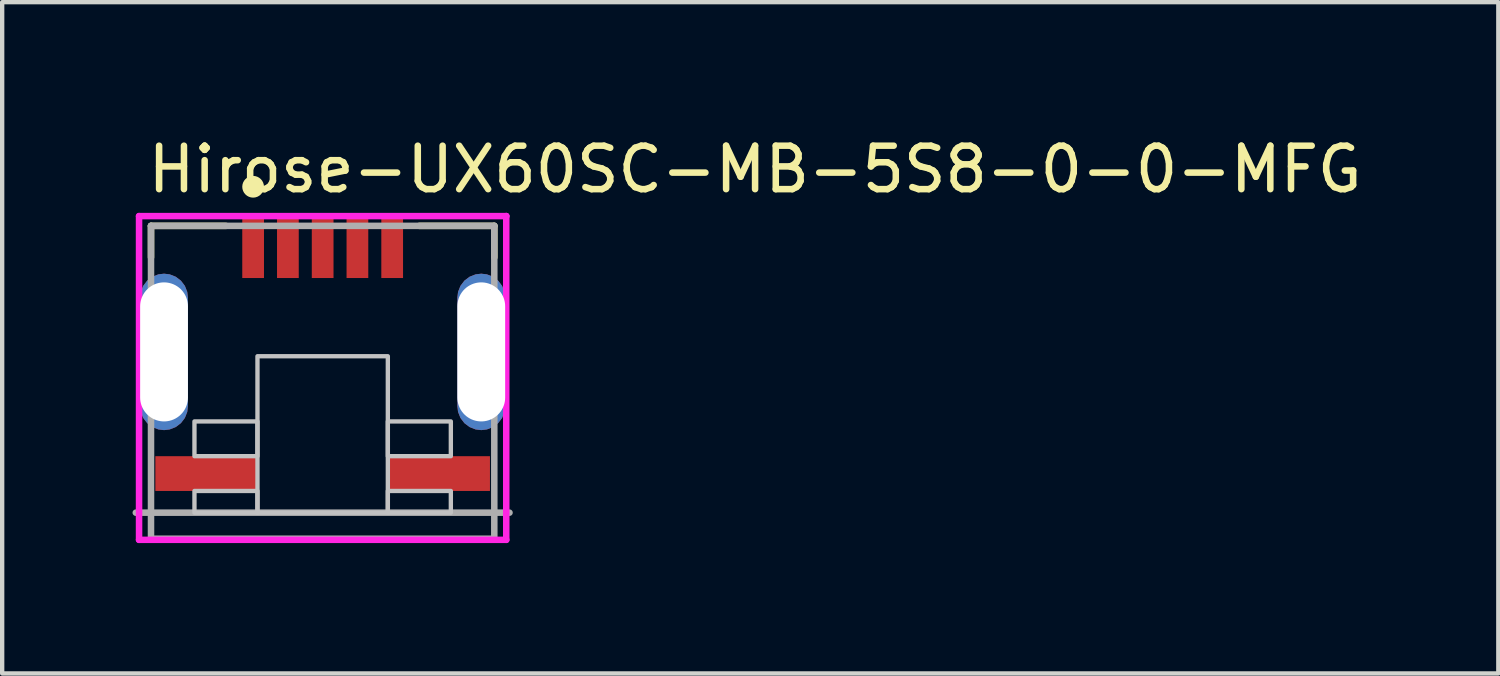
<source format=kicad_pcb>
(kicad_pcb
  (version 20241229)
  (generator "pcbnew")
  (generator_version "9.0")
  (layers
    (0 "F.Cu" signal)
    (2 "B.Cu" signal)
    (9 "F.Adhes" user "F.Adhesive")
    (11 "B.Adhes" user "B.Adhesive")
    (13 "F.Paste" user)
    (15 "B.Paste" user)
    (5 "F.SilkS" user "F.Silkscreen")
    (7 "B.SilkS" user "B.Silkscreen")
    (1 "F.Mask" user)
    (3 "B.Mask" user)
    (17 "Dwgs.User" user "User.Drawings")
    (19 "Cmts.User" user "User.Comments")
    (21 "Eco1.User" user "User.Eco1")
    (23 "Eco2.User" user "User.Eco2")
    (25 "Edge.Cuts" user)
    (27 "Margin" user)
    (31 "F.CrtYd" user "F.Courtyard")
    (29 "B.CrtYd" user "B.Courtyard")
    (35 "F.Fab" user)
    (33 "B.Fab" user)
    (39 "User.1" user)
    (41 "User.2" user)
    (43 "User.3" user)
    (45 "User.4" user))
  (footprint "Hirose-UX60SC-MB-5S8-0-0-MFG"
    (layer "F.Cu")
    (at 4.375 5.748)
    (property "Reference" "Hirose-UX60SC-MB-5S8-0-0-MFG" (at -4.1 -4.9 0) (layer "F.SilkS") (effects (font (size 1 1) (thickness 0.15)) (justify left)))
    (attr through_hole)
    (fp_line (start -3.95 -3.6) (end -2.225 -3.6) (stroke (width 0.15) (type solid)) (layer "F.SilkS"))
    (fp_line (start -3.95 -2.875) (end -3.95 -3.6) (stroke (width 0.15) (type solid)) (layer "F.SilkS"))
    (fp_line (start 2.225 -3.6) (end 3.95 -3.6) (stroke (width 0.15) (type solid)) (layer "F.SilkS"))
    (fp_line (start 3.95 -2.875) (end 3.95 -3.6) (stroke (width 0.15) (type solid)) (layer "F.SilkS"))
    (fp_circle (center -1.6 -4.5) (end -1.475 -4.5) (stroke (width 0.25) (type solid)) (fill no) (layer "F.SilkS"))
    (fp_poly (pts (xy -2.95 0.9) (xy -1.5 0.9) (xy -1.5 1.7) (xy -2.95 1.7)) (stroke (width 0.1) (type solid)) (fill no) (layer "Dwgs.User"))
    (fp_poly (pts (xy -2.95 2.5) (xy -1.5 2.5) (xy -1.5 3) (xy -2.95 3)) (stroke (width 0.1) (type solid)) (fill no) (layer "Dwgs.User"))
    (fp_poly (pts (xy -1.5 -0.6) (xy 1.5 -0.6) (xy 1.5 3) (xy -1.5 3)) (stroke (width 0.1) (type solid)) (fill no) (layer "Dwgs.User"))
    (fp_poly (pts (xy 1.5 0.9) (xy 2.95 0.9) (xy 2.95 1.7) (xy 1.5 1.7)) (stroke (width 0.1) (type solid)) (fill no) (layer "Dwgs.User"))
    (fp_poly (pts (xy 1.5 2.5) (xy 2.95 2.5) (xy 2.95 3) (xy 1.5 3)) (stroke (width 0.1) (type solid)) (fill no) (layer "Dwgs.User"))
    (fp_line (start -4.225 -3.825) (end -4.225 3.625) (stroke (width 0.15) (type solid)) (layer "F.CrtYd"))
    (fp_line (start -4.225 3.625) (end 4.225 3.625) (stroke (width 0.15) (type solid)) (layer "F.CrtYd"))
    (fp_line (start 4.225 -3.825) (end -4.225 -3.825) (stroke (width 0.15) (type solid)) (layer "F.CrtYd"))
    (fp_line (start 4.225 -3.825) (end 4.225 -3.825) (stroke (width 0.15) (type solid)) (layer "F.CrtYd"))
    (fp_line (start 4.225 3.625) (end 4.225 -3.825) (stroke (width 0.15) (type solid)) (layer "F.CrtYd"))
    (fp_line (start -3.95 -3.6) (end 3.95 -3.6) (stroke (width 0.15) (type solid)) (layer "F.Fab"))
    (fp_line (start -3.95 3.6) (end -3.95 -3.6) (stroke (width 0.15) (type solid)) (layer "F.Fab"))
    (fp_line (start 3.95 -3.6) (end 3.95 3.6) (stroke (width 0.15) (type solid)) (layer "F.Fab"))
    (fp_line (start 3.95 3.6) (end -3.95 3.6) (stroke (width 0.15) (type solid)) (layer "F.Fab"))
    (fp_line (start 4.3 3) (end -4.3 3) (stroke (width 0.15) (type solid)) (layer "F.Fab"))
    (pad "1" smd rect (at -1.6 -3.1) (size 0.5 1.4) (layers "F.Cu" "F.Mask" "F.Paste"))
    (pad "2" smd rect (at -0.8 -3.1) (size 0.5 1.4) (layers "F.Cu" "F.Mask" "F.Paste"))
    (pad "3" smd rect (at 0 -3.1) (size 0.5 1.4) (layers "F.Cu" "F.Mask" "F.Paste"))
    (pad "4" smd rect (at 0.8 -3.1) (size 0.5 1.4) (layers "F.Cu" "F.Mask" "F.Paste"))
    (pad "5" smd rect (at 1.6 -3.1) (size 0.5 1.4) (layers "F.Cu" "F.Mask" "F.Paste"))
    (pad "6" thru_hole roundrect (at -3.65 -0.7) (size 1.1 3.6) (drill oval 3.2) (layers "*.Cu") (roundrect_rratio 0.5))
    (pad "7" thru_hole roundrect (at 3.65 -0.7) (size 1.1 3.6) (drill oval 3.2) (layers "*.Cu") (roundrect_rratio 0.5))
    (pad "8" smd rect (at -2.675 2.1) (size 2.35 0.8) (layers "F.Cu" "F.Mask" "F.Paste"))
    (pad "9" smd rect (at 2.675 2.1) (size 2.35 0.8) (layers "F.Cu" "F.Mask" "F.Paste")))
  (gr_rect
    (start -3 -3)
    (end 31.43 12.448)
    (stroke (width 0.1) (type default))
    (fill no)
    (layer "Edge.Cuts")))
</source>
